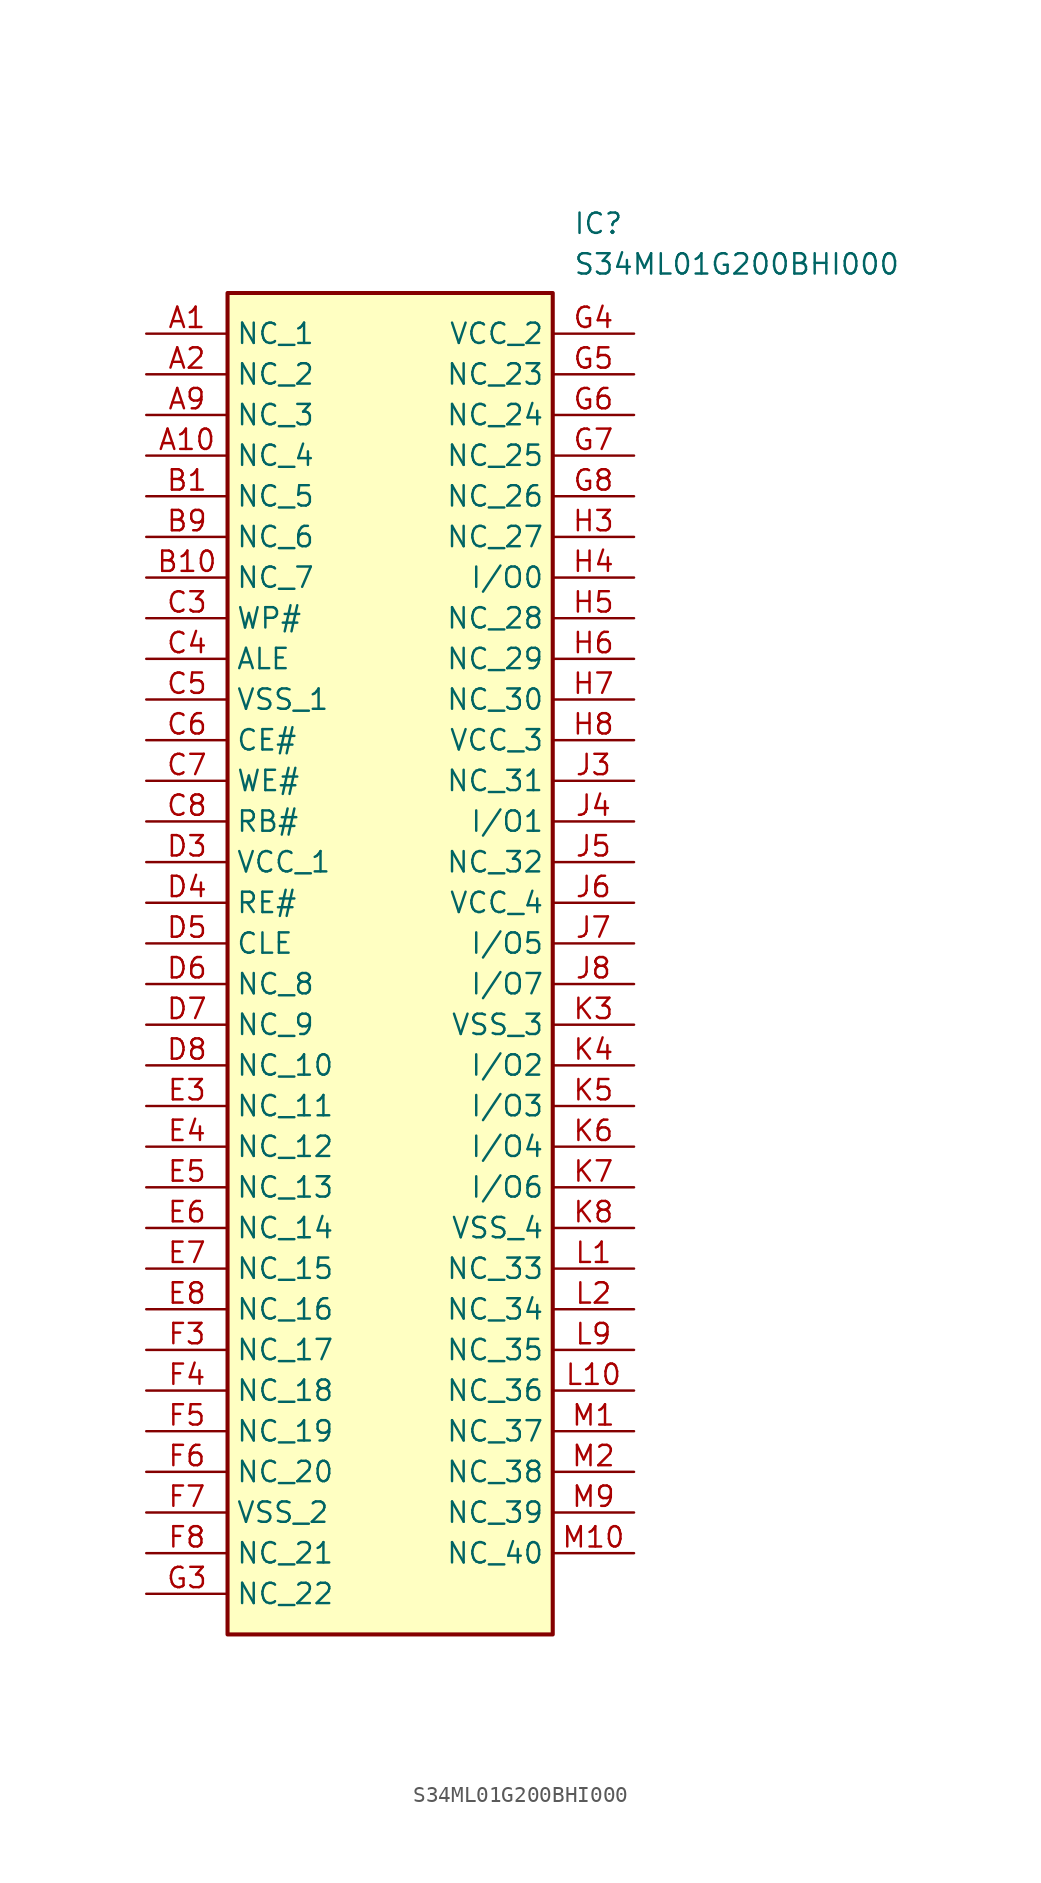
<source format=kicad_sym>
(kicad_symbol_lib
  (version 20211014)
  (generator SamacSys_ECAD_Model)
  (symbol "S34ML01G200BHI000"
    (property "Reference" "IC"
      (at 26.67 7.62 0)
      (effects (font (size 1.27 1.27)) (justify left top)))
    (property "Value" "S34ML01G200BHI000"
      (at 26.67 5.08 0)
      (effects (font (size 1.27 1.27)) (justify left top)))
    (rectangle
      (start 5.08 2.54)
      (end 25.4 -81.28)
      (stroke (width 0.254) (type default))
      (fill (type background)))
    (pin passive line
      (at 0 0 0)
      (length 5.08)
      (name "NC_1" (effects (font (size 1.27 1.27))))
      (number "A1" (effects (font (size 1.27 1.27)))))
    (pin passive line
      (at 0 -2.54 0)
      (length 5.08)
      (name "NC_2" (effects (font (size 1.27 1.27))))
      (number "A2" (effects (font (size 1.27 1.27)))))
    (pin passive line
      (at 0 -5.08 0)
      (length 5.08)
      (name "NC_3" (effects (font (size 1.27 1.27))))
      (number "A9" (effects (font (size 1.27 1.27)))))
    (pin passive line
      (at 0 -7.62 0)
      (length 5.08)
      (name "NC_4" (effects (font (size 1.27 1.27))))
      (number "A10" (effects (font (size 1.27 1.27)))))
    (pin passive line
      (at 0 -10.16 0)
      (length 5.08)
      (name "NC_5" (effects (font (size 1.27 1.27))))
      (number "B1" (effects (font (size 1.27 1.27)))))
    (pin passive line
      (at 0 -12.7 0)
      (length 5.08)
      (name "NC_6" (effects (font (size 1.27 1.27))))
      (number "B9" (effects (font (size 1.27 1.27)))))
    (pin passive line
      (at 0 -15.24 0)
      (length 5.08)
      (name "NC_7" (effects (font (size 1.27 1.27))))
      (number "B10" (effects (font (size 1.27 1.27)))))
    (pin passive line
      (at 0 -17.78 0)
      (length 5.08)
      (name "WP#" (effects (font (size 1.27 1.27))))
      (number "C3" (effects (font (size 1.27 1.27)))))
    (pin passive line
      (at 0 -20.32 0)
      (length 5.08)
      (name "ALE" (effects (font (size 1.27 1.27))))
      (number "C4" (effects (font (size 1.27 1.27)))))
    (pin passive line
      (at 0 -22.86 0)
      (length 5.08)
      (name "VSS_1" (effects (font (size 1.27 1.27))))
      (number "C5" (effects (font (size 1.27 1.27)))))
    (pin passive line
      (at 0 -25.4 0)
      (length 5.08)
      (name "CE#" (effects (font (size 1.27 1.27))))
      (number "C6" (effects (font (size 1.27 1.27)))))
    (pin passive line
      (at 0 -27.94 0)
      (length 5.08)
      (name "WE#" (effects (font (size 1.27 1.27))))
      (number "C7" (effects (font (size 1.27 1.27)))))
    (pin passive line
      (at 0 -30.48 0)
      (length 5.08)
      (name "RB#" (effects (font (size 1.27 1.27))))
      (number "C8" (effects (font (size 1.27 1.27)))))
    (pin passive line
      (at 0 -33.02 0)
      (length 5.08)
      (name "VCC_1" (effects (font (size 1.27 1.27))))
      (number "D3" (effects (font (size 1.27 1.27)))))
    (pin passive line
      (at 0 -35.56 0)
      (length 5.08)
      (name "RE#" (effects (font (size 1.27 1.27))))
      (number "D4" (effects (font (size 1.27 1.27)))))
    (pin passive line
      (at 0 -38.1 0)
      (length 5.08)
      (name "CLE" (effects (font (size 1.27 1.27))))
      (number "D5" (effects (font (size 1.27 1.27)))))
    (pin passive line
      (at 0 -40.64 0)
      (length 5.08)
      (name "NC_8" (effects (font (size 1.27 1.27))))
      (number "D6" (effects (font (size 1.27 1.27)))))
    (pin passive line
      (at 0 -43.18 0)
      (length 5.08)
      (name "NC_9" (effects (font (size 1.27 1.27))))
      (number "D7" (effects (font (size 1.27 1.27)))))
    (pin passive line
      (at 0 -45.72 0)
      (length 5.08)
      (name "NC_10" (effects (font (size 1.27 1.27))))
      (number "D8" (effects (font (size 1.27 1.27)))))
    (pin passive line
      (at 0 -48.26 0)
      (length 5.08)
      (name "NC_11" (effects (font (size 1.27 1.27))))
      (number "E3" (effects (font (size 1.27 1.27)))))
    (pin passive line
      (at 0 -50.8 0)
      (length 5.08)
      (name "NC_12" (effects (font (size 1.27 1.27))))
      (number "E4" (effects (font (size 1.27 1.27)))))
    (pin passive line
      (at 0 -53.34 0)
      (length 5.08)
      (name "NC_13" (effects (font (size 1.27 1.27))))
      (number "E5" (effects (font (size 1.27 1.27)))))
    (pin passive line
      (at 0 -55.88 0)
      (length 5.08)
      (name "NC_14" (effects (font (size 1.27 1.27))))
      (number "E6" (effects (font (size 1.27 1.27)))))
    (pin passive line
      (at 0 -58.42 0)
      (length 5.08)
      (name "NC_15" (effects (font (size 1.27 1.27))))
      (number "E7" (effects (font (size 1.27 1.27)))))
    (pin passive line
      (at 0 -60.96 0)
      (length 5.08)
      (name "NC_16" (effects (font (size 1.27 1.27))))
      (number "E8" (effects (font (size 1.27 1.27)))))
    (pin passive line
      (at 0 -63.5 0)
      (length 5.08)
      (name "NC_17" (effects (font (size 1.27 1.27))))
      (number "F3" (effects (font (size 1.27 1.27)))))
    (pin passive line
      (at 0 -66.04 0)
      (length 5.08)
      (name "NC_18" (effects (font (size 1.27 1.27))))
      (number "F4" (effects (font (size 1.27 1.27)))))
    (pin passive line
      (at 0 -68.58 0)
      (length 5.08)
      (name "NC_19" (effects (font (size 1.27 1.27))))
      (number "F5" (effects (font (size 1.27 1.27)))))
    (pin passive line
      (at 0 -71.12 0)
      (length 5.08)
      (name "NC_20" (effects (font (size 1.27 1.27))))
      (number "F6" (effects (font (size 1.27 1.27)))))
    (pin passive line
      (at 0 -73.66 0)
      (length 5.08)
      (name "VSS_2" (effects (font (size 1.27 1.27))))
      (number "F7" (effects (font (size 1.27 1.27)))))
    (pin passive line
      (at 0 -76.2 0)
      (length 5.08)
      (name "NC_21" (effects (font (size 1.27 1.27))))
      (number "F8" (effects (font (size 1.27 1.27)))))
    (pin passive line
      (at 0 -78.74 0)
      (length 5.08)
      (name "NC_22" (effects (font (size 1.27 1.27))))
      (number "G3" (effects (font (size 1.27 1.27)))))
    (pin passive line
      (at 30.48 0 180)
      (length 5.08)
      (name "VCC_2" (effects (font (size 1.27 1.27))))
      (number "G4" (effects (font (size 1.27 1.27)))))
    (pin passive line
      (at 30.48 -2.54 180)
      (length 5.08)
      (name "NC_23" (effects (font (size 1.27 1.27))))
      (number "G5" (effects (font (size 1.27 1.27)))))
    (pin passive line
      (at 30.48 -5.08 180)
      (length 5.08)
      (name "NC_24" (effects (font (size 1.27 1.27))))
      (number "G6" (effects (font (size 1.27 1.27)))))
    (pin passive line
      (at 30.48 -7.62 180)
      (length 5.08)
      (name "NC_25" (effects (font (size 1.27 1.27))))
      (number "G7" (effects (font (size 1.27 1.27)))))
    (pin passive line
      (at 30.48 -10.16 180)
      (length 5.08)
      (name "NC_26" (effects (font (size 1.27 1.27))))
      (number "G8" (effects (font (size 1.27 1.27)))))
    (pin passive line
      (at 30.48 -12.7 180)
      (length 5.08)
      (name "NC_27" (effects (font (size 1.27 1.27))))
      (number "H3" (effects (font (size 1.27 1.27)))))
    (pin passive line
      (at 30.48 -15.24 180)
      (length 5.08)
      (name "I/O0" (effects (font (size 1.27 1.27))))
      (number "H4" (effects (font (size 1.27 1.27)))))
    (pin passive line
      (at 30.48 -17.78 180)
      (length 5.08)
      (name "NC_28" (effects (font (size 1.27 1.27))))
      (number "H5" (effects (font (size 1.27 1.27)))))
    (pin passive line
      (at 30.48 -20.32 180)
      (length 5.08)
      (name "NC_29" (effects (font (size 1.27 1.27))))
      (number "H6" (effects (font (size 1.27 1.27)))))
    (pin passive line
      (at 30.48 -22.86 180)
      (length 5.08)
      (name "NC_30" (effects (font (size 1.27 1.27))))
      (number "H7" (effects (font (size 1.27 1.27)))))
    (pin passive line
      (at 30.48 -25.4 180)
      (length 5.08)
      (name "VCC_3" (effects (font (size 1.27 1.27))))
      (number "H8" (effects (font (size 1.27 1.27)))))
    (pin passive line
      (at 30.48 -27.94 180)
      (length 5.08)
      (name "NC_31" (effects (font (size 1.27 1.27))))
      (number "J3" (effects (font (size 1.27 1.27)))))
    (pin passive line
      (at 30.48 -30.48 180)
      (length 5.08)
      (name "I/O1" (effects (font (size 1.27 1.27))))
      (number "J4" (effects (font (size 1.27 1.27)))))
    (pin passive line
      (at 30.48 -33.02 180)
      (length 5.08)
      (name "NC_32" (effects (font (size 1.27 1.27))))
      (number "J5" (effects (font (size 1.27 1.27)))))
    (pin passive line
      (at 30.48 -35.56 180)
      (length 5.08)
      (name "VCC_4" (effects (font (size 1.27 1.27))))
      (number "J6" (effects (font (size 1.27 1.27)))))
    (pin passive line
      (at 30.48 -38.1 180)
      (length 5.08)
      (name "I/O5" (effects (font (size 1.27 1.27))))
      (number "J7" (effects (font (size 1.27 1.27)))))
    (pin passive line
      (at 30.48 -40.64 180)
      (length 5.08)
      (name "I/O7" (effects (font (size 1.27 1.27))))
      (number "J8" (effects (font (size 1.27 1.27)))))
    (pin passive line
      (at 30.48 -43.18 180)
      (length 5.08)
      (name "VSS_3" (effects (font (size 1.27 1.27))))
      (number "K3" (effects (font (size 1.27 1.27)))))
    (pin passive line
      (at 30.48 -45.72 180)
      (length 5.08)
      (name "I/O2" (effects (font (size 1.27 1.27))))
      (number "K4" (effects (font (size 1.27 1.27)))))
    (pin passive line
      (at 30.48 -48.26 180)
      (length 5.08)
      (name "I/O3" (effects (font (size 1.27 1.27))))
      (number "K5" (effects (font (size 1.27 1.27)))))
    (pin passive line
      (at 30.48 -50.8 180)
      (length 5.08)
      (name "I/O4" (effects (font (size 1.27 1.27))))
      (number "K6" (effects (font (size 1.27 1.27)))))
    (pin passive line
      (at 30.48 -53.34 180)
      (length 5.08)
      (name "I/O6" (effects (font (size 1.27 1.27))))
      (number "K7" (effects (font (size 1.27 1.27)))))
    (pin passive line
      (at 30.48 -55.88 180)
      (length 5.08)
      (name "VSS_4" (effects (font (size 1.27 1.27))))
      (number "K8" (effects (font (size 1.27 1.27)))))
    (pin passive line
      (at 30.48 -58.42 180)
      (length 5.08)
      (name "NC_33" (effects (font (size 1.27 1.27))))
      (number "L1" (effects (font (size 1.27 1.27)))))
    (pin passive line
      (at 30.48 -60.96 180)
      (length 5.08)
      (name "NC_34" (effects (font (size 1.27 1.27))))
      (number "L2" (effects (font (size 1.27 1.27)))))
    (pin passive line
      (at 30.48 -63.5 180)
      (length 5.08)
      (name "NC_35" (effects (font (size 1.27 1.27))))
      (number "L9" (effects (font (size 1.27 1.27)))))
    (pin passive line
      (at 30.48 -66.04 180)
      (length 5.08)
      (name "NC_36" (effects (font (size 1.27 1.27))))
      (number "L10" (effects (font (size 1.27 1.27)))))
    (pin passive line
      (at 30.48 -68.58 180)
      (length 5.08)
      (name "NC_37" (effects (font (size 1.27 1.27))))
      (number "M1" (effects (font (size 1.27 1.27)))))
    (pin passive line
      (at 30.48 -71.12 180)
      (length 5.08)
      (name "NC_38" (effects (font (size 1.27 1.27))))
      (number "M2" (effects (font (size 1.27 1.27)))))
    (pin passive line
      (at 30.48 -73.66 180)
      (length 5.08)
      (name "NC_39" (effects (font (size 1.27 1.27))))
      (number "M9" (effects (font (size 1.27 1.27)))))
    (pin passive line
      (at 30.48 -76.2 180)
      (length 5.08)
      (name "NC_40" (effects (font (size 1.27 1.27))))
      (number "M10" (effects (font (size 1.27 1.27)))))))
</source>
